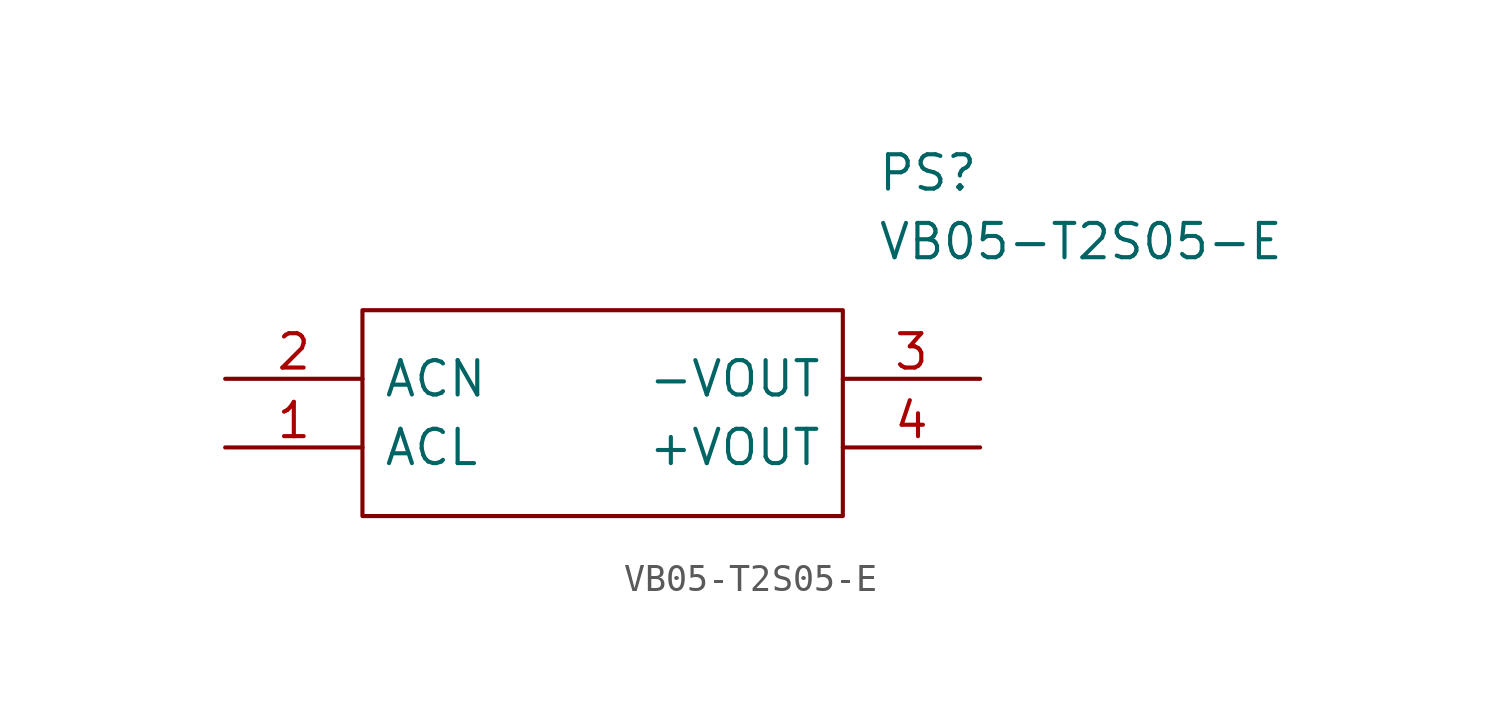
<source format=kicad_sym>
(kicad_symbol_lib
  (version 20211014)
  (generator kicad_symbol_editor)
  (symbol "VB05-T2S05-E"
    (pin_names
      (offset 0.762))
    (property "Reference" "PS"
      (at 24.13 7.62 0)
      (effects (font (size 1.27 1.27)) (justify left)))
    (property "Value" "VB05-T2S05-E"
      (at 24.13 5.08 0)
      (effects (font (size 1.27 1.27)) (justify left)))
    (symbol "VB05-T2S05-E_0_0"
      (pin passive line (at 0 -2.54 0) (length 5.08) (name "ACL" (effects (font (size 1.27 1.27)))) (number "1" (effects (font (size 1.27 1.27)))))
      (pin passive line (at 0 0 0) (length 5.08) (name "ACN" (effects (font (size 1.27 1.27)))) (number "2" (effects (font (size 1.27 1.27)))))
      (pin output line (at 27.94 0 180) (length 5.08) (name "-VOUT" (effects (font (size 1.27 1.27)))) (number "3" (effects (font (size 1.27 1.27)))))
      (pin output line (at 27.94 -2.54 180) (length 5.08) (name "+VOUT" (effects (font (size 1.27 1.27)))) (number "4" (effects (font (size 1.27 1.27))))))
    (symbol "VB05-T2S05-E_0_1"
      (polyline (pts (xy 5.08 2.54) (xy 22.86 2.54) (xy 22.86 -5.08) (xy 5.08 -5.08) (xy 5.08 2.54)) (stroke (width 0.152) (type default) (color 0 0 0 0)) (fill (type none))))))
</source>
